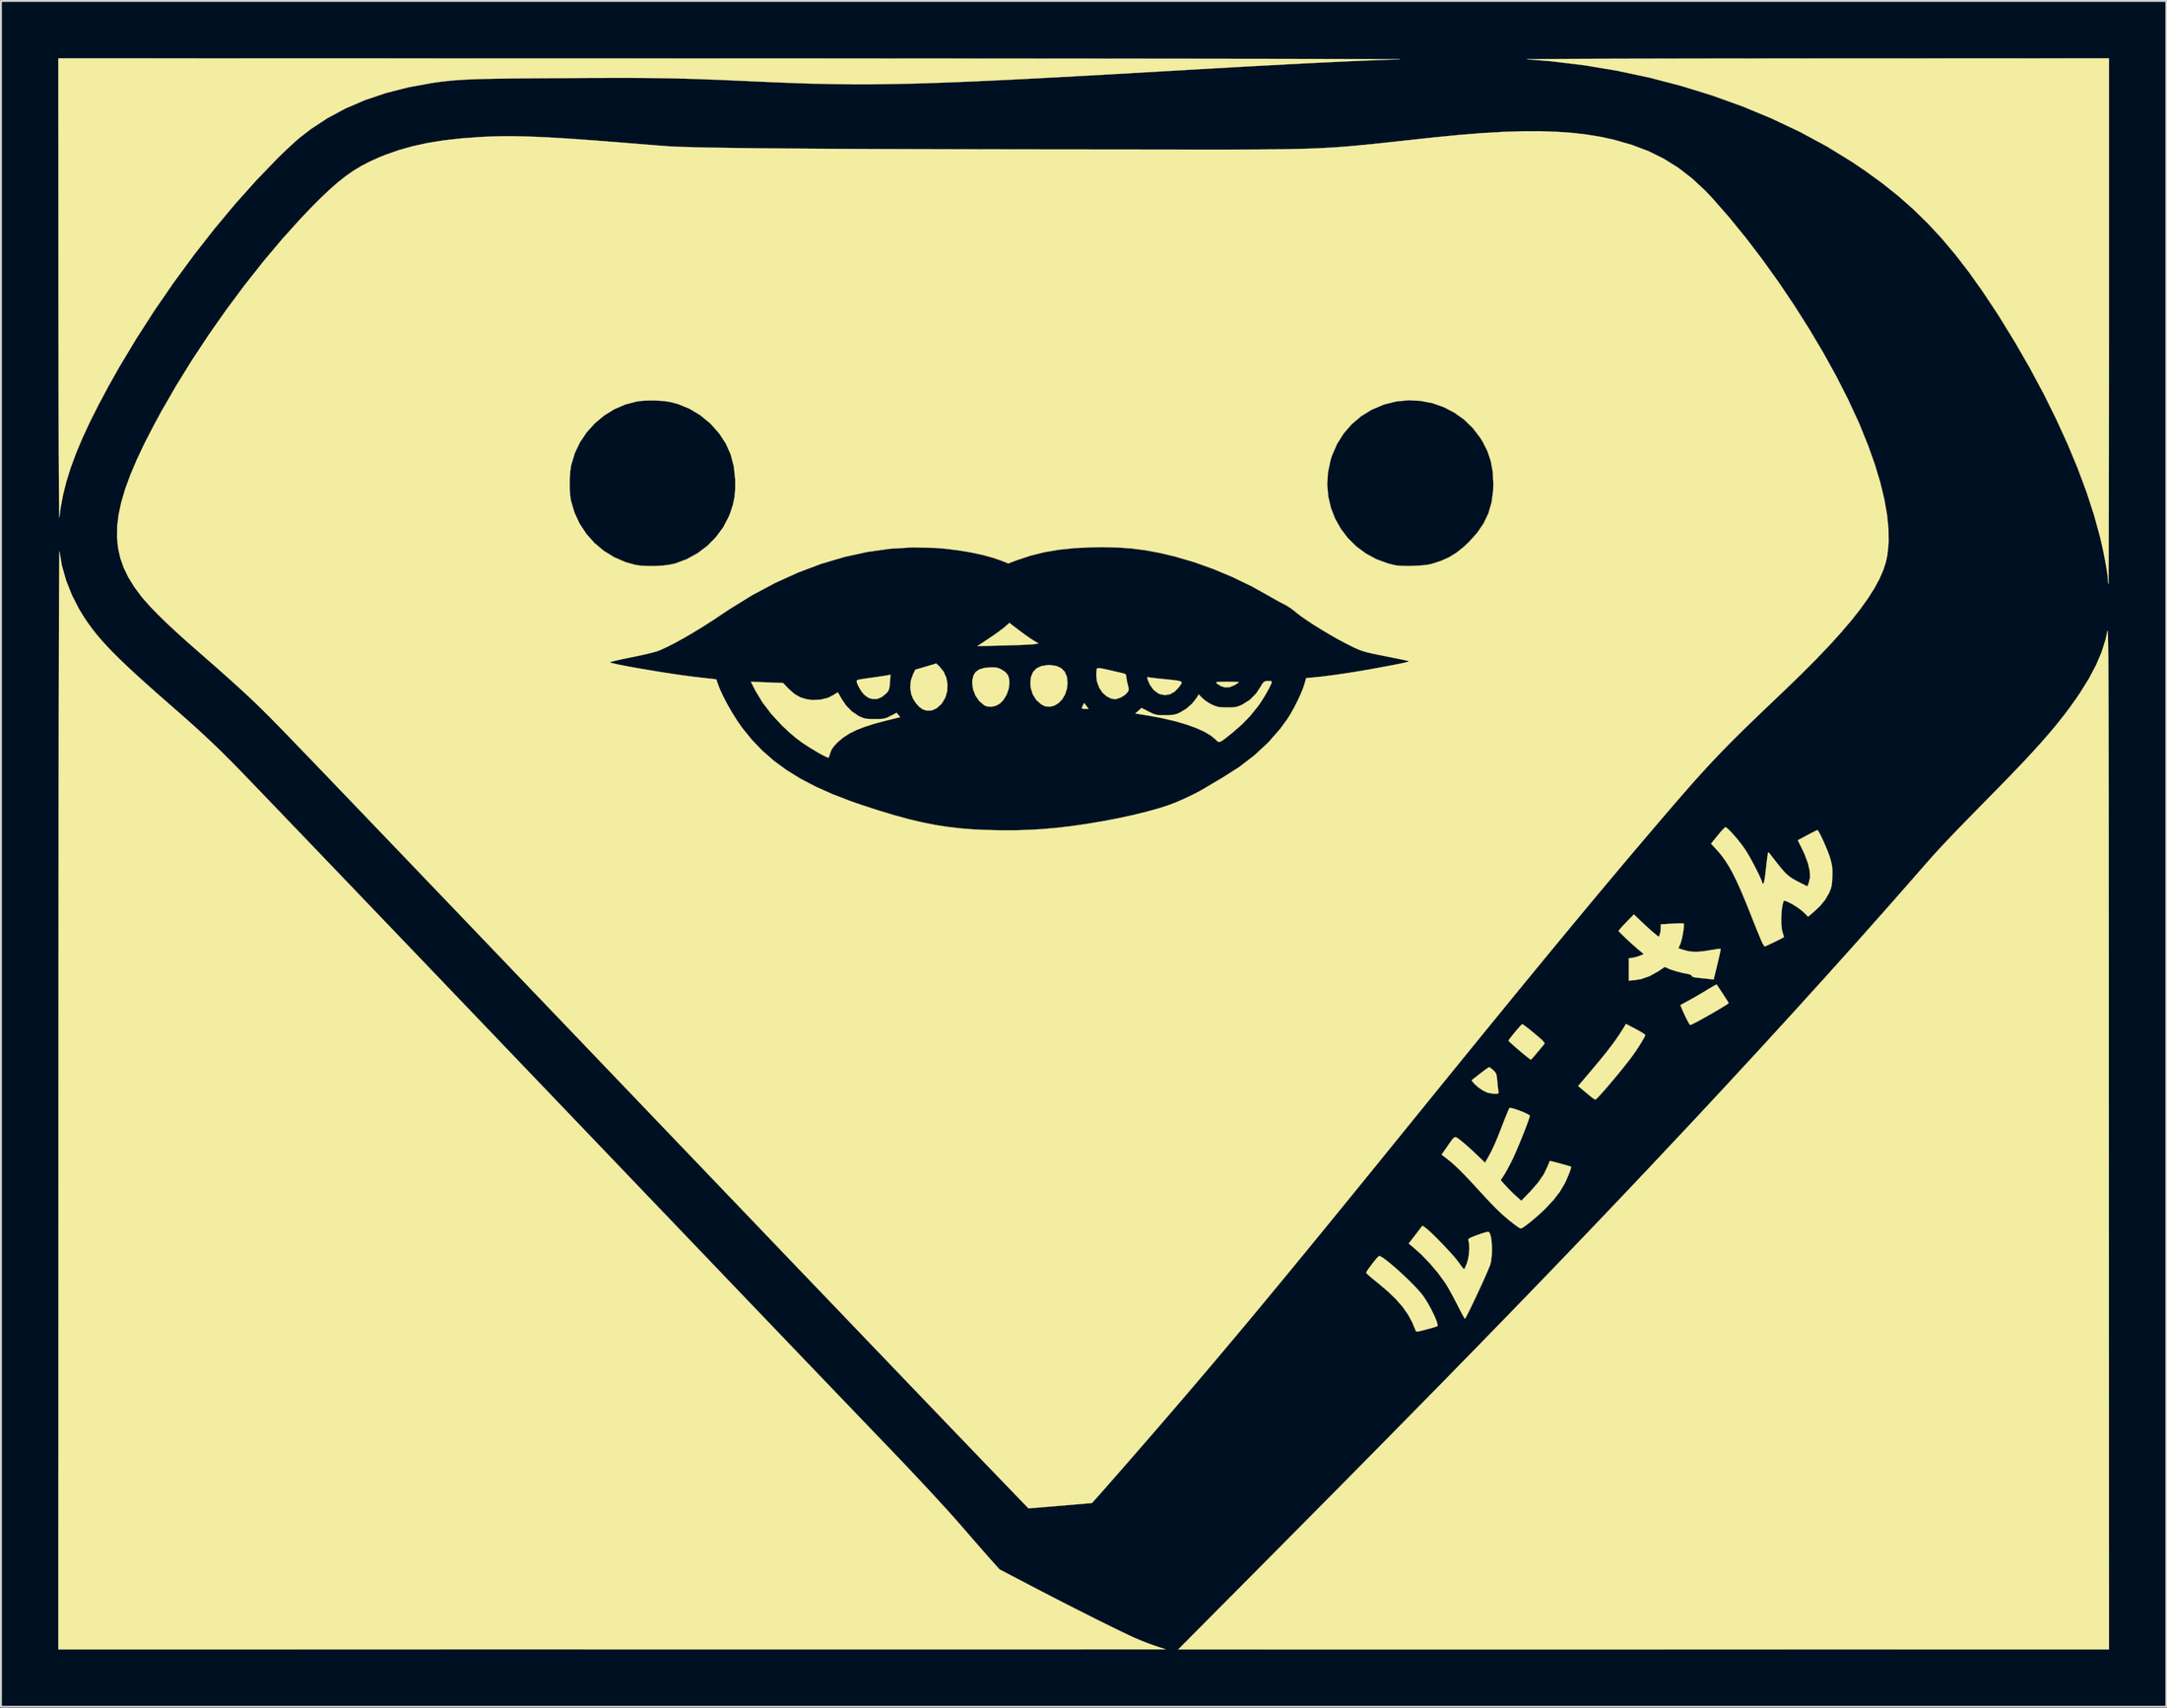
<source format=kicad_pcb>
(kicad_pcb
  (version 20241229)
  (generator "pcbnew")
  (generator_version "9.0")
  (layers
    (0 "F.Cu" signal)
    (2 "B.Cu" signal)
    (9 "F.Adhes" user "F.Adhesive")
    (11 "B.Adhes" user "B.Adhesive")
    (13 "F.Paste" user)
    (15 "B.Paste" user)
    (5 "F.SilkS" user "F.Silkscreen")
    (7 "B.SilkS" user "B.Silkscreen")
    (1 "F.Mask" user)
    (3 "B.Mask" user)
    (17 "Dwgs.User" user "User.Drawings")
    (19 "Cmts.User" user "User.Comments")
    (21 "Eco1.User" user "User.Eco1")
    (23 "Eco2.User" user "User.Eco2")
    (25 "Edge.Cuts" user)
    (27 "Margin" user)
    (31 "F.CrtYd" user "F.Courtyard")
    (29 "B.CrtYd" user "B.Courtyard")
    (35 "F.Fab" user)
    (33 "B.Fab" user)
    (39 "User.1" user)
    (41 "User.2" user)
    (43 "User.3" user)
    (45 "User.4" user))
  (footprint "testing"
    (layer "F.Cu")
    (at 53.701 41.661)
    (property "Reference" "testing" (at 0 0 0) (layer "F.SilkS") (effects (font (size 1.524 1.524) (thickness 0.3))))
    (attr through_hole)
    (fp_poly (pts (xy 0.144 -7.723) (xy 0.257 -7.569) (xy 0.078 -7.569) (xy -0.04 -7.579) (xy -0.098 -7.602) (xy -0.1 -7.607) (xy -0.076 -7.677) (xy -0.034 -7.761) (xy 0.03 -7.876) (xy 0.144 -7.723)) (stroke (width 0.01) (type solid)) (fill yes) (layer "F.SilkS"))
    (fp_poly (pts (xy 7.745 -8.99) (xy 7.941 -8.985) (xy 8.075 -8.978) (xy 8.128 -8.969) (xy 8.128 -8.968) (xy 8.088 -8.932) (xy 7.986 -8.864) (xy 7.908 -8.816) (xy 7.642 -8.708) (xy 7.386 -8.7) (xy 7.188 -8.766) (xy 7.058 -8.844) (xy 6.961 -8.918) (xy 6.941 -8.949) (xy 6.964 -8.97) (xy 7.043 -8.983) (xy 7.193 -8.989) (xy 7.426 -8.992) (xy 7.508 -8.992) (xy 7.745 -8.99)) (stroke (width 0.01) (type solid)) (fill yes) (layer "F.SilkS"))
    (fp_poly (pts (xy -3.377 -11.683) (xy -3.154 -11.517) (xy -2.934 -11.359) (xy -2.742 -11.228) (xy -2.613 -11.146) (xy -2.362 -10.998) (xy -2.591 -10.961) (xy -2.703 -10.95) (xy -2.9 -10.938) (xy -3.166 -10.925) (xy -3.486 -10.912) (xy -3.842 -10.901) (xy -4.191 -10.891) (xy -5.563 -10.859) (xy -4.953 -11.265) (xy -4.711 -11.43) (xy -4.479 -11.595) (xy -4.28 -11.742) (xy -4.138 -11.855) (xy -4.117 -11.873) (xy -3.891 -12.074) (xy -3.377 -11.683)) (stroke (width 0.01) (type solid)) (fill yes) (layer "F.SilkS"))
    (fp_poly (pts (xy -7.543 -9.781) (xy -7.329 -9.513) (xy -7.191 -9.198) (xy -7.13 -8.854) (xy -7.146 -8.505) (xy -7.241 -8.17) (xy -7.415 -7.871) (xy -7.45 -7.828) (xy -7.685 -7.611) (xy -7.933 -7.494) (xy -8.191 -7.477) (xy -8.411 -7.539) (xy -8.592 -7.661) (xy -8.771 -7.852) (xy -8.923 -8.083) (xy -9.025 -8.324) (xy -9.025 -8.326) (xy -9.081 -8.693) (xy -9.046 -9.064) (xy -8.931 -9.388) (xy -8.814 -9.624) (xy -7.719 -9.947) (xy -7.543 -9.781)) (stroke (width 0.01) (type solid)) (fill yes) (layer "F.SilkS"))
    (fp_poly (pts (xy -1.439 -9.822) (xy -1.18 -9.706) (xy -0.994 -9.518) (xy -0.88 -9.261) (xy -0.843 -8.939) (xy -0.878 -8.612) (xy -0.976 -8.32) (xy -1.126 -8.07) (xy -1.315 -7.875) (xy -1.533 -7.742) (xy -1.767 -7.682) (xy -2.007 -7.704) (xy -2.212 -7.799) (xy -2.472 -8.029) (xy -2.66 -8.322) (xy -2.768 -8.665) (xy -2.792 -8.925) (xy -2.757 -9.25) (xy -2.647 -9.507) (xy -2.463 -9.696) (xy -2.205 -9.815) (xy -1.873 -9.864) (xy -1.767 -9.865) (xy -1.439 -9.822)) (stroke (width 0.01) (type solid)) (fill yes) (layer "F.SilkS"))
    (fp_poly (pts (xy 3.392 -9.227) (xy 3.477 -9.212) (xy 3.638 -9.191) (xy 3.85 -9.166) (xy 4.039 -9.147) (xy 4.416 -9.109) (xy 4.703 -9.08) (xy 4.908 -9.052) (xy 5.042 -9.023) (xy 5.113 -8.988) (xy 5.132 -8.941) (xy 5.108 -8.878) (xy 5.052 -8.794) (xy 4.979 -8.696) (xy 4.767 -8.474) (xy 4.524 -8.338) (xy 4.263 -8.292) (xy 3.999 -8.34) (xy 3.902 -8.384) (xy 3.669 -8.561) (xy 3.481 -8.815) (xy 3.38 -9.036) (xy 3.337 -9.167) (xy 3.331 -9.226) (xy 3.365 -9.234) (xy 3.392 -9.227)) (stroke (width 0.01) (type solid)) (fill yes) (layer "F.SilkS"))
    (fp_poly (pts (xy -4.551 -9.73) (xy -4.416 -9.688) (xy -4.321 -9.642) (xy -4.099 -9.499) (xy -3.964 -9.334) (xy -3.898 -9.121) (xy -3.886 -8.924) (xy -3.928 -8.608) (xy -4.042 -8.296) (xy -4.214 -8.023) (xy -4.38 -7.856) (xy -4.6 -7.732) (xy -4.842 -7.68) (xy -5.073 -7.702) (xy -5.207 -7.761) (xy -5.466 -7.981) (xy -5.665 -8.267) (xy -5.791 -8.595) (xy -5.835 -8.94) (xy -5.829 -9.054) (xy -5.773 -9.312) (xy -5.655 -9.504) (xy -5.466 -9.636) (xy -5.2 -9.714) (xy -4.928 -9.742) (xy -4.708 -9.746) (xy -4.551 -9.73)) (stroke (width 0.01) (type solid)) (fill yes) (layer "F.SilkS"))
    (fp_poly (pts (xy 21.294 11.233) (xy 21.395 11.313) (xy 21.451 11.361) (xy 21.538 11.447) (xy 21.593 11.529) (xy 21.627 11.637) (xy 21.649 11.798) (xy 21.663 11.946) (xy 21.683 12.157) (xy 21.704 12.342) (xy 21.722 12.466) (xy 21.726 12.484) (xy 21.734 12.555) (xy 21.696 12.588) (xy 21.59 12.596) (xy 21.532 12.596) (xy 21.34 12.578) (xy 21.153 12.537) (xy 21.124 12.527) (xy 20.908 12.422) (xy 20.679 12.268) (xy 20.484 12.096) (xy 20.42 12.024) (xy 20.316 11.891) (xy 20.756 11.546) (xy 20.937 11.407) (xy 21.09 11.295) (xy 21.196 11.222) (xy 21.236 11.201) (xy 21.294 11.233)) (stroke (width 0.01) (type solid)) (fill yes) (layer "F.SilkS"))
    (fp_poly (pts (xy -10.144 -8.959) (xy -10.163 -8.749) (xy -10.19 -8.609) (xy -10.236 -8.507) (xy -10.311 -8.412) (xy -10.331 -8.39) (xy -10.572 -8.189) (xy -10.821 -8.089) (xy -11.079 -8.09) (xy -11.227 -8.134) (xy -11.35 -8.204) (xy -11.483 -8.307) (xy -11.498 -8.321) (xy -11.604 -8.445) (xy -11.713 -8.611) (xy -11.809 -8.786) (xy -11.872 -8.937) (xy -11.887 -9.013) (xy -11.884 -9.043) (xy -11.867 -9.066) (xy -11.822 -9.087) (xy -11.735 -9.109) (xy -11.592 -9.134) (xy -11.38 -9.165) (xy -11.085 -9.207) (xy -10.976 -9.222) (xy -10.73 -9.257) (xy -10.509 -9.29) (xy -10.339 -9.316) (xy -10.256 -9.331) (xy -10.116 -9.359) (xy -10.144 -8.959)) (stroke (width 0.01) (type solid)) (fill yes) (layer "F.SilkS"))
    (fp_poly (pts (xy 0.855 -9.7) (xy 1.036 -9.67) (xy 1.3 -9.612) (xy 1.372 -9.595) (xy 1.623 -9.536) (xy 1.846 -9.484) (xy 2.018 -9.444) (xy 2.117 -9.421) (xy 2.121 -9.421) (xy 2.21 -9.37) (xy 2.236 -9.257) (xy 2.249 -9.13) (xy 2.283 -8.953) (xy 2.311 -8.839) (xy 2.352 -8.676) (xy 2.36 -8.573) (xy 2.336 -8.497) (xy 2.293 -8.433) (xy 2.139 -8.283) (xy 1.933 -8.161) (xy 1.719 -8.088) (xy 1.623 -8.078) (xy 1.431 -8.116) (xy 1.214 -8.222) (xy 1.21 -8.224) (xy 0.985 -8.423) (xy 0.81 -8.691) (xy 0.698 -9.003) (xy 0.661 -9.317) (xy 0.667 -9.492) (xy 0.683 -9.628) (xy 0.7 -9.686) (xy 0.746 -9.705) (xy 0.855 -9.7)) (stroke (width 0.01) (type solid)) (fill yes) (layer "F.SilkS"))
    (fp_poly (pts (xy 23.017 8.975) (xy 23.132 9.056) (xy 23.294 9.18) (xy 23.49 9.338) (xy 23.596 9.427) (xy 23.823 9.618) (xy 23.98 9.757) (xy 24.077 9.854) (xy 24.125 9.921) (xy 24.134 9.967) (xy 24.115 10.002) (xy 24.053 10.077) (xy 23.944 10.207) (xy 23.81 10.369) (xy 23.751 10.439) (xy 23.617 10.598) (xy 23.508 10.723) (xy 23.439 10.796) (xy 23.424 10.808) (xy 23.377 10.781) (xy 23.267 10.699) (xy 23.108 10.573) (xy 22.916 10.415) (xy 22.822 10.335) (xy 22.621 10.162) (xy 22.451 10.011) (xy 22.325 9.895) (xy 22.258 9.825) (xy 22.25 9.813) (xy 22.281 9.759) (xy 22.362 9.65) (xy 22.477 9.505) (xy 22.609 9.344) (xy 22.741 9.188) (xy 22.856 9.057) (xy 22.938 8.972) (xy 22.965 8.95) (xy 23.017 8.975)) (stroke (width 0.01) (type solid)) (fill yes) (layer "F.SilkS"))
    (fp_poly (pts (xy 28.908 9.201) (xy 29.11 9.312) (xy 29.274 9.41) (xy 29.38 9.485) (xy 29.413 9.522) (xy 29.386 9.593) (xy 29.313 9.729) (xy 29.206 9.91) (xy 29.076 10.117) (xy 28.935 10.332) (xy 28.795 10.535) (xy 28.736 10.616) (xy 28.57 10.837) (xy 28.373 11.088) (xy 28.156 11.36) (xy 27.927 11.64) (xy 27.695 11.917) (xy 27.472 12.181) (xy 27.265 12.42) (xy 27.084 12.623) (xy 26.94 12.778) (xy 26.841 12.875) (xy 26.8 12.902) (xy 26.737 12.871) (xy 26.621 12.79) (xy 26.478 12.676) (xy 26.467 12.667) (xy 26.302 12.529) (xy 26.147 12.399) (xy 26.043 12.312) (xy 25.898 12.19) (xy 26.398 11.601) (xy 26.787 11.14) (xy 27.117 10.742) (xy 27.397 10.394) (xy 27.636 10.084) (xy 27.844 9.8) (xy 28.03 9.53) (xy 28.204 9.262) (xy 28.317 9.078) (xy 28.402 8.937) (xy 28.908 9.201)) (stroke (width 0.01) (type solid)) (fill yes) (layer "F.SilkS"))
    (fp_poly (pts (xy 33.147 6.87) (xy 33.197 6.941) (xy 33.283 7.068) (xy 33.39 7.23) (xy 33.506 7.407) (xy 33.616 7.577) (xy 33.708 7.719) (xy 33.767 7.814) (xy 33.782 7.84) (xy 33.74 7.879) (xy 33.624 7.958) (xy 33.449 8.067) (xy 33.23 8.198) (xy 32.984 8.342) (xy 32.725 8.491) (xy 32.469 8.635) (xy 32.231 8.765) (xy 32.027 8.874) (xy 31.871 8.951) (xy 31.78 8.989) (xy 31.767 8.992) (xy 31.727 8.948) (xy 31.657 8.83) (xy 31.566 8.657) (xy 31.479 8.475) (xy 31.385 8.269) (xy 31.312 8.1) (xy 31.266 7.987) (xy 31.254 7.95) (xy 31.302 7.923) (xy 31.418 7.86) (xy 31.582 7.77) (xy 31.674 7.72) (xy 31.892 7.599) (xy 32.157 7.446) (xy 32.431 7.285) (xy 32.608 7.178) (xy 32.812 7.056) (xy 32.981 6.957) (xy 33.098 6.892) (xy 33.147 6.869) (xy 33.147 6.87)) (stroke (width 0.01) (type solid)) (fill yes) (layer "F.SilkS"))
    (fp_poly (pts (xy 15.551 21.118) (xy 15.687 21.201) (xy 15.872 21.337) (xy 16.093 21.517) (xy 16.339 21.728) (xy 16.6 21.962) (xy 16.863 22.208) (xy 17.119 22.456) (xy 17.354 22.696) (xy 17.559 22.917) (xy 17.722 23.11) (xy 17.771 23.174) (xy 17.912 23.383) (xy 18.056 23.623) (xy 18.195 23.877) (xy 18.32 24.128) (xy 18.424 24.359) (xy 18.499 24.555) (xy 18.537 24.697) (xy 18.53 24.769) (xy 18.473 24.792) (xy 18.339 24.835) (xy 18.148 24.89) (xy 17.961 24.942) (xy 17.723 25.005) (xy 17.565 25.042) (xy 17.469 25.054) (xy 17.417 25.044) (xy 17.392 25.013) (xy 17.388 25.003) (xy 17.206 24.564) (xy 16.981 24.153) (xy 16.702 23.757) (xy 16.359 23.364) (xy 15.943 22.961) (xy 15.443 22.537) (xy 15.342 22.456) (xy 15.144 22.296) (xy 14.978 22.155) (xy 14.858 22.046) (xy 14.8 21.983) (xy 14.797 21.977) (xy 14.822 21.916) (xy 14.897 21.799) (xy 15.006 21.647) (xy 15.131 21.481) (xy 15.258 21.322) (xy 15.37 21.192) (xy 15.45 21.112) (xy 15.473 21.097) (xy 15.551 21.118)) (stroke (width 0.01) (type solid)) (fill yes) (layer "F.SilkS"))
    (fp_poly (pts (xy -16.583 -8.958) (xy -15.74 -8.925) (xy -15.457 -8.628) (xy -15.149 -8.354) (xy -14.828 -8.17) (xy -14.472 -8.066) (xy -14.22 -8.037) (xy -13.785 -8.052) (xy -13.396 -8.147) (xy -13.087 -8.305) (xy -12.97 -8.382) (xy -12.892 -8.427) (xy -12.879 -8.433) (xy -12.847 -8.392) (xy -12.781 -8.283) (xy -12.697 -8.13) (xy -12.691 -8.118) (xy -12.449 -7.755) (xy -12.148 -7.445) (xy -11.808 -7.21) (xy -11.75 -7.18) (xy -11.601 -7.112) (xy -11.47 -7.07) (xy -11.323 -7.047) (xy -11.131 -7.037) (xy -10.943 -7.036) (xy -10.701 -7.038) (xy -10.529 -7.05) (xy -10.395 -7.076) (xy -10.266 -7.124) (xy -10.112 -7.2) (xy -9.794 -7.364) (xy -9.702 -7.251) (xy -9.61 -7.137) (xy -10.355 -6.953) (xy -10.954 -6.793) (xy -11.463 -6.632) (xy -11.895 -6.463) (xy -12.26 -6.282) (xy -12.571 -6.083) (xy -12.84 -5.861) (xy -12.886 -5.818) (xy -13.073 -5.62) (xy -13.192 -5.454) (xy -13.26 -5.294) (xy -13.263 -5.283) (xy -13.307 -5.139) (xy -13.346 -5.038) (xy -13.358 -5.017) (xy -13.412 -5.026) (xy -13.534 -5.079) (xy -13.706 -5.166) (xy -13.896 -5.272) (xy -14.348 -5.543) (xy -14.733 -5.796) (xy -15.076 -6.051) (xy -15.404 -6.329) (xy -15.744 -6.649) (xy -15.827 -6.73) (xy -16.365 -7.314) (xy -16.814 -7.903) (xy -17.182 -8.512) (xy -17.251 -8.645) (xy -17.425 -8.991) (xy -16.583 -8.958)) (stroke (width 0.01) (type solid)) (fill yes) (layer "F.SilkS"))
    (fp_poly (pts (xy 9.79 -9.031) (xy 9.854 -8.998) (xy 9.855 -8.99) (xy 9.829 -8.899) (xy 9.758 -8.743) (xy 9.653 -8.543) (xy 9.525 -8.318) (xy 9.387 -8.089) (xy 9.249 -7.875) (xy 9.142 -7.723) (xy 8.745 -7.228) (xy 8.324 -6.786) (xy 7.843 -6.362) (xy 7.766 -6.299) (xy 7.523 -6.104) (xy 7.345 -5.966) (xy 7.219 -5.88) (xy 7.13 -5.84) (xy 7.064 -5.839) (xy 7.007 -5.872) (xy 6.944 -5.933) (xy 6.929 -5.95) (xy 6.671 -6.165) (xy 6.319 -6.374) (xy 5.88 -6.572) (xy 5.362 -6.758) (xy 4.772 -6.929) (xy 4.118 -7.081) (xy 3.408 -7.214) (xy 3.397 -7.215) (xy 2.704 -7.329) (xy 2.869 -7.473) (xy 3.034 -7.618) (xy 3.403 -7.428) (xy 3.583 -7.34) (xy 3.723 -7.284) (xy 3.86 -7.254) (xy 4.028 -7.241) (xy 4.261 -7.239) (xy 4.509 -7.243) (xy 4.689 -7.259) (xy 4.835 -7.292) (xy 4.982 -7.348) (xy 5.035 -7.373) (xy 5.376 -7.577) (xy 5.679 -7.842) (xy 5.893 -8.113) (xy 6.029 -8.326) (xy 6.221 -8.13) (xy 6.375 -8) (xy 6.574 -7.869) (xy 6.725 -7.789) (xy 6.89 -7.719) (xy 7.036 -7.676) (xy 7.199 -7.654) (xy 7.414 -7.646) (xy 7.52 -7.645) (xy 7.758 -7.649) (xy 7.929 -7.662) (xy 8.07 -7.694) (xy 8.214 -7.751) (xy 8.332 -7.808) (xy 8.708 -8.046) (xy 9.024 -8.364) (xy 9.257 -8.712) (xy 9.351 -8.874) (xy 9.424 -8.967) (xy 9.499 -9.012) (xy 9.604 -9.03) (xy 9.641 -9.033) (xy 9.79 -9.031)) (stroke (width 0.01) (type solid)) (fill yes) (layer "F.SilkS"))
    (fp_poly (pts (xy 17.901 19.619) (xy 18.03 19.723) (xy 18.21 19.888) (xy 18.427 20.098) (xy 18.664 20.338) (xy 18.908 20.591) (xy 19.142 20.843) (xy 19.352 21.076) (xy 19.522 21.277) (xy 19.634 21.423) (xy 19.751 21.587) (xy 19.848 21.713) (xy 19.909 21.783) (xy 19.92 21.791) (xy 19.953 21.748) (xy 20.008 21.635) (xy 20.073 21.476) (xy 20.137 21.247) (xy 20.18 20.979) (xy 20.198 20.706) (xy 20.189 20.462) (xy 20.154 20.29) (xy 20.145 20.24) (xy 20.168 20.197) (xy 20.239 20.15) (xy 20.374 20.091) (xy 20.587 20.009) (xy 20.627 19.994) (xy 20.843 19.918) (xy 21.027 19.862) (xy 21.157 19.831) (xy 21.205 19.829) (xy 21.27 19.903) (xy 21.321 20.058) (xy 21.358 20.275) (xy 21.379 20.533) (xy 21.384 20.812) (xy 21.371 21.093) (xy 21.339 21.355) (xy 21.307 21.506) (xy 21.271 21.612) (xy 21.2 21.786) (xy 21.102 22.016) (xy 20.981 22.288) (xy 20.846 22.588) (xy 20.701 22.903) (xy 20.553 23.219) (xy 20.409 23.523) (xy 20.275 23.801) (xy 20.157 24.04) (xy 20.062 24.225) (xy 19.995 24.345) (xy 19.965 24.384) (xy 19.935 24.341) (xy 19.867 24.221) (xy 19.77 24.041) (xy 19.652 23.813) (xy 19.548 23.609) (xy 19.398 23.319) (xy 19.243 23.031) (xy 19.096 22.769) (xy 18.971 22.56) (xy 18.919 22.479) (xy 18.55 21.976) (xy 18.126 21.476) (xy 17.675 21.009) (xy 17.225 20.608) (xy 17.211 20.597) (xy 17.024 20.445) (xy 17.383 19.977) (xy 17.742 19.509) (xy 17.901 19.619)) (stroke (width 0.01) (type solid)) (fill yes) (layer "F.SilkS"))
    (fp_poly (pts (xy 29.256 3.619) (xy 29.453 3.804) (xy 29.647 3.98) (xy 29.813 4.127) (xy 29.91 4.208) (xy 30.124 4.377) (xy 30.175 4.243) (xy 30.21 4.098) (xy 30.226 3.928) (xy 30.226 3.914) (xy 30.226 3.721) (xy 30.813 3.684) (xy 31.047 3.672) (xy 31.242 3.666) (xy 31.376 3.667) (xy 31.428 3.675) (xy 31.44 3.743) (xy 31.431 3.883) (xy 31.406 4.071) (xy 31.37 4.28) (xy 31.327 4.483) (xy 31.281 4.656) (xy 31.247 4.751) (xy 31.149 4.973) (xy 31.386 5.05) (xy 31.643 5.121) (xy 31.891 5.156) (xy 32.158 5.158) (xy 32.473 5.127) (xy 32.738 5.085) (xy 32.973 5.047) (xy 33.169 5.017) (xy 33.305 5.001) (xy 33.362 4.999) (xy 33.363 4.999) (xy 33.357 5.052) (xy 33.331 5.187) (xy 33.288 5.386) (xy 33.231 5.633) (xy 33.188 5.814) (xy 32.995 6.61) (xy 32.766 6.583) (xy 32.59 6.563) (xy 32.367 6.54) (xy 32.194 6.523) (xy 31.988 6.495) (xy 31.877 6.458) (xy 31.852 6.423) (xy 31.806 6.37) (xy 31.689 6.328) (xy 31.661 6.323) (xy 31.346 6.26) (xy 31.035 6.18) (xy 30.766 6.093) (xy 30.652 6.048) (xy 30.432 5.951) (xy 30.104 6.171) (xy 29.645 6.43) (xy 29.189 6.589) (xy 28.867 6.642) (xy 28.55 6.669) (xy 28.55 5.5) (xy 28.74 5.474) (xy 28.916 5.436) (xy 29.104 5.375) (xy 29.134 5.363) (xy 29.337 5.278) (xy 29.109 5.09) (xy 28.945 4.95) (xy 28.758 4.786) (xy 28.565 4.61) (xy 28.381 4.437) (xy 28.219 4.282) (xy 28.096 4.158) (xy 28.026 4.08) (xy 28.016 4.062) (xy 28.05 4.011) (xy 28.14 3.905) (xy 28.274 3.759) (xy 28.416 3.611) (xy 28.815 3.2) (xy 29.256 3.619)) (stroke (width 0.01) (type solid)) (fill yes) (layer "F.SilkS"))
    (fp_poly (pts (xy 53.696 -27.889) (xy 53.696 -26.714) (xy 53.695 -25.565) (xy 53.695 -24.447) (xy 53.694 -23.364) (xy 53.693 -22.32) (xy 53.693 -21.319) (xy 53.691 -20.365) (xy 53.69 -19.464) (xy 53.689 -18.617) (xy 53.687 -17.831) (xy 53.686 -17.108) (xy 53.684 -16.454) (xy 53.683 -15.871) (xy 53.681 -15.365) (xy 53.679 -14.939) (xy 53.677 -14.598) (xy 53.675 -14.346) (xy 53.673 -14.186) (xy 53.67 -14.123) (xy 53.67 -14.122) (xy 53.653 -14.167) (xy 53.645 -14.275) (xy 53.645 -14.287) (xy 53.633 -14.462) (xy 53.601 -14.716) (xy 53.55 -15.031) (xy 53.486 -15.39) (xy 53.41 -15.773) (xy 53.327 -16.161) (xy 53.24 -16.537) (xy 53.234 -16.561) (xy 52.92 -17.709) (xy 52.53 -18.909) (xy 52.067 -20.154) (xy 51.535 -21.435) (xy 50.939 -22.742) (xy 50.282 -24.068) (xy 49.568 -25.403) (xy 48.801 -26.739) (xy 47.986 -28.067) (xy 47.8 -28.358) (xy 47.078 -29.445) (xy 46.368 -30.443) (xy 45.661 -31.361) (xy 44.947 -32.21) (xy 44.217 -32.999) (xy 43.461 -33.738) (xy 42.67 -34.436) (xy 41.834 -35.105) (xy 40.944 -35.753) (xy 40.234 -36.233) (xy 38.906 -37.049) (xy 37.5 -37.807) (xy 36.026 -38.505) (xy 34.49 -39.142) (xy 32.903 -39.713) (xy 31.271 -40.216) (xy 29.603 -40.65) (xy 27.908 -41.01) (xy 26.193 -41.295) (xy 24.468 -41.502) (xy 23.216 -41.602) (xy 23.214 -41.605) (xy 23.311 -41.608) (xy 23.502 -41.611) (xy 23.784 -41.614) (xy 24.152 -41.617) (xy 24.604 -41.62) (xy 25.135 -41.623) (xy 25.743 -41.626) (xy 26.422 -41.629) (xy 27.17 -41.631) (xy 27.982 -41.634) (xy 28.856 -41.636) (xy 29.787 -41.638) (xy 30.772 -41.64) (xy 31.807 -41.642) (xy 32.889 -41.644) (xy 34.013 -41.645) (xy 35.177 -41.646) (xy 36.376 -41.647) (xy 37.606 -41.648) (xy 38.138 -41.649) (xy 53.696 -41.656) (xy 53.696 -27.889)) (stroke (width 0.01) (type solid)) (fill yes) (layer "F.SilkS"))
    (fp_poly (pts (xy 53.627 -11.649) (xy 53.631 -11.611) (xy 53.636 -11.548) (xy 53.64 -11.457) (xy 53.644 -11.335) (xy 53.648 -11.18) (xy 53.652 -10.99) (xy 53.655 -10.762) (xy 53.658 -10.494) (xy 53.661 -10.184) (xy 53.664 -9.828) (xy 53.666 -9.425) (xy 53.669 -8.972) (xy 53.671 -8.467) (xy 53.673 -7.907) (xy 53.675 -7.29) (xy 53.677 -6.613) (xy 53.678 -5.874) (xy 53.68 -5.07) (xy 53.681 -4.2) (xy 53.683 -3.26) (xy 53.684 -2.248) (xy 53.685 -1.163) (xy 53.686 -0.00003) (xy 53.686 1.242) (xy 53.687 2.565) (xy 53.688 3.972) (xy 53.689 5.465) (xy 53.689 7.048) (xy 53.69 8.721) (xy 53.69 10.488) (xy 53.69 12.352) (xy 53.691 14.314) (xy 53.691 14.821) (xy 53.696 41.707) (xy 4.953 41.711) (xy 8.499 38.14) (xy 10.013 36.614) (xy 11.459 35.155) (xy 12.841 33.76) (xy 14.162 32.423) (xy 15.426 31.142) (xy 16.637 29.911) (xy 17.8 28.728) (xy 18.918 27.588) (xy 19.995 26.486) (xy 21.034 25.42) (xy 22.041 24.385) (xy 23.018 23.376) (xy 23.971 22.39) (xy 24.901 21.424) (xy 25.815 20.471) (xy 26.715 19.53) (xy 27.606 18.595) (xy 28.491 17.663) (xy 29.374 16.73) (xy 29.87 16.204) (xy 31.752 14.201) (xy 33.598 12.219) (xy 35.402 10.264) (xy 37.16 8.343) (xy 38.865 6.461) (xy 40.511 4.627) (xy 42.093 2.845) (xy 43.604 1.123) (xy 43.764 0.94) (xy 43.997 0.673) (xy 44.213 0.427) (xy 44.421 0.193) (xy 44.626 -0.035) (xy 44.837 -0.264) (xy 45.059 -0.503) (xy 45.3 -0.758) (xy 45.567 -1.038) (xy 45.867 -1.349) (xy 46.207 -1.699) (xy 46.594 -2.095) (xy 47.035 -2.545) (xy 47.537 -3.057) (xy 47.803 -3.327) (xy 48.48 -4.021) (xy 49.088 -4.655) (xy 49.633 -5.238) (xy 50.123 -5.778) (xy 50.564 -6.283) (xy 50.963 -6.76) (xy 51.327 -7.219) (xy 51.664 -7.666) (xy 51.98 -8.11) (xy 52.174 -8.397) (xy 52.643 -9.149) (xy 53.021 -9.864) (xy 53.313 -10.548) (xy 53.519 -11.208) (xy 53.611 -11.633) (xy 53.616 -11.658) (xy 53.622 -11.664) (xy 53.627 -11.649)) (stroke (width 0.01) (type solid)) (fill yes) (layer "F.SilkS"))
    (fp_poly (pts (xy 22.498 13.368) (xy 22.674 13.425) (xy 22.869 13.496) (xy 23.06 13.574) (xy 23.222 13.649) (xy 23.333 13.712) (xy 23.368 13.75) (xy 23.349 13.83) (xy 23.297 13.987) (xy 23.217 14.205) (xy 23.118 14.466) (xy 23.004 14.756) (xy 22.883 15.056) (xy 22.761 15.351) (xy 22.644 15.624) (xy 22.54 15.86) (xy 22.484 15.98) (xy 22.358 16.234) (xy 22.227 16.486) (xy 22.106 16.704) (xy 22.028 16.834) (xy 21.841 17.126) (xy 22.109 17.422) (xy 22.287 17.61) (xy 22.487 17.809) (xy 22.649 17.96) (xy 22.92 18.204) (xy 23.385 17.724) (xy 23.791 17.262) (xy 24.099 16.813) (xy 24.31 16.376) (xy 24.317 16.358) (xy 24.369 16.221) (xy 24.404 16.132) (xy 24.412 16.115) (xy 24.46 16.122) (xy 24.582 16.152) (xy 24.754 16.196) (xy 24.953 16.25) (xy 25.153 16.305) (xy 25.332 16.356) (xy 25.465 16.397) (xy 25.529 16.42) (xy 25.531 16.421) (xy 25.525 16.477) (xy 25.486 16.603) (xy 25.423 16.774) (xy 25.344 16.967) (xy 25.259 17.16) (xy 25.187 17.309) (xy 24.937 17.729) (xy 24.613 18.152) (xy 24.206 18.59) (xy 24.097 18.697) (xy 23.874 18.905) (xy 23.643 19.108) (xy 23.419 19.295) (xy 23.217 19.454) (xy 23.049 19.575) (xy 22.932 19.645) (xy 22.891 19.657) (xy 22.826 19.627) (xy 22.706 19.548) (xy 22.554 19.438) (xy 22.526 19.416) (xy 22.279 19.221) (xy 22.05 19.028) (xy 21.824 18.824) (xy 21.588 18.595) (xy 21.328 18.33) (xy 21.03 18.013) (xy 20.68 17.632) (xy 20.673 17.625) (xy 20.296 17.214) (xy 19.971 16.871) (xy 19.689 16.586) (xy 19.437 16.347) (xy 19.206 16.144) (xy 18.983 15.966) (xy 18.936 15.93) (xy 18.746 15.787) (xy 19.033 15.374) (xy 19.192 15.145) (xy 19.305 14.989) (xy 19.389 14.899) (xy 19.461 14.869) (xy 19.536 14.889) (xy 19.629 14.953) (xy 19.744 15.041) (xy 19.896 15.166) (xy 20.095 15.338) (xy 20.315 15.537) (xy 20.53 15.738) (xy 21.023 16.21) (xy 21.202 15.89) (xy 21.316 15.68) (xy 21.423 15.465) (xy 21.532 15.226) (xy 21.651 14.946) (xy 21.787 14.607) (xy 21.948 14.191) (xy 21.955 14.173) (xy 22.059 13.907) (xy 22.153 13.674) (xy 22.23 13.49) (xy 22.283 13.373) (xy 22.303 13.339) (xy 22.367 13.337) (xy 22.498 13.368)) (stroke (width 0.01) (type solid)) (fill yes) (layer "F.SilkS"))
    (fp_poly (pts (xy 33.682 -1.333) (xy 33.799 -1.228) (xy 33.95 -1.072) (xy 34.122 -0.879) (xy 34.3 -0.665) (xy 34.471 -0.445) (xy 34.623 -0.234) (xy 34.656 -0.184) (xy 34.789 0.03) (xy 34.939 0.293) (xy 35.094 0.58) (xy 35.243 0.869) (xy 35.374 1.138) (xy 35.476 1.363) (xy 35.533 1.516) (xy 35.566 1.592) (xy 35.597 1.595) (xy 35.629 1.519) (xy 35.662 1.358) (xy 35.698 1.107) (xy 35.738 0.762) (xy 35.769 0.491) (xy 35.799 0.256) (xy 35.823 0.077) (xy 35.841 -0.028) (xy 35.848 -0.049) (xy 35.89 -0.038) (xy 35.906 -0.019) (xy 35.949 0.039) (xy 36.042 0.16) (xy 36.173 0.328) (xy 36.328 0.526) (xy 36.363 0.571) (xy 36.573 0.83) (xy 36.749 1.026) (xy 36.919 1.18) (xy 37.106 1.312) (xy 37.336 1.443) (xy 37.535 1.546) (xy 37.901 1.73) (xy 37.975 1.553) (xy 38.041 1.269) (xy 38.027 0.924) (xy 37.934 0.521) (xy 37.763 0.06) (xy 37.597 -0.294) (xy 37.4 -0.687) (xy 37.898 -0.953) (xy 38.1 -1.06) (xy 38.269 -1.146) (xy 38.384 -1.203) (xy 38.425 -1.219) (xy 38.468 -1.175) (xy 38.539 -1.055) (xy 38.63 -0.877) (xy 38.733 -0.659) (xy 38.838 -0.422) (xy 38.938 -0.182) (xy 39.024 0.04) (xy 39.088 0.228) (xy 39.097 0.258) (xy 39.162 0.501) (xy 39.199 0.704) (xy 39.214 0.91) (xy 39.212 1.163) (xy 39.209 1.235) (xy 39.196 1.492) (xy 39.173 1.682) (xy 39.134 1.841) (xy 39.071 2.002) (xy 39.03 2.092) (xy 38.833 2.433) (xy 38.562 2.762) (xy 38.206 3.095) (xy 38.189 3.109) (xy 37.941 3.317) (xy 37.703 3.084) (xy 37.558 2.959) (xy 37.38 2.83) (xy 37.188 2.707) (xy 37.001 2.602) (xy 36.838 2.524) (xy 36.717 2.484) (xy 36.657 2.493) (xy 36.655 2.498) (xy 36.592 2.748) (xy 36.551 3.054) (xy 36.533 3.382) (xy 36.537 3.7) (xy 36.566 3.977) (xy 36.605 4.143) (xy 36.648 4.282) (xy 36.669 4.374) (xy 36.669 4.393) (xy 36.61 4.428) (xy 36.485 4.493) (xy 36.317 4.577) (xy 36.131 4.668) (xy 35.949 4.754) (xy 35.796 4.825) (xy 35.695 4.869) (xy 35.67 4.877) (xy 35.627 4.834) (xy 35.561 4.723) (xy 35.494 4.585) (xy 35.44 4.457) (xy 35.355 4.251) (xy 35.246 3.984) (xy 35.121 3.672) (xy 34.985 3.331) (xy 34.874 3.051) (xy 34.62 2.421) (xy 34.39 1.878) (xy 34.177 1.411) (xy 33.977 1.01) (xy 33.784 0.664) (xy 33.592 0.363) (xy 33.396 0.095) (xy 33.189 -0.149) (xy 33.151 -0.19) (xy 32.858 -0.507) (xy 33.206 -0.938) (xy 33.352 -1.114) (xy 33.479 -1.255) (xy 33.572 -1.346) (xy 33.611 -1.371) (xy 33.682 -1.333)) (stroke (width 0.01) (type solid)) (fill yes) (layer "F.SilkS"))
    (fp_poly (pts (xy -53.507 -15.065) (xy -53.287 -14.293) (xy -52.983 -13.527) (xy -52.603 -12.785) (xy -52.337 -12.353) (xy -52.137 -12.059) (xy -51.927 -11.771) (xy -51.7 -11.482) (xy -51.45 -11.186) (xy -51.172 -10.877) (xy -50.859 -10.55) (xy -50.506 -10.197) (xy -50.106 -9.814) (xy -49.654 -9.394) (xy -49.143 -8.931) (xy -48.568 -8.418) (xy -47.922 -7.851) (xy -47.6 -7.57) (xy -46.927 -6.978) (xy -46.317 -6.428) (xy -45.749 -5.9) (xy -45.203 -5.375) (xy -44.66 -4.835) (xy -44.099 -4.261) (xy -44.086 -4.247) (xy -43.748 -3.897) (xy -43.374 -3.507) (xy -42.96 -3.077) (xy -42.507 -2.604) (xy -42.011 -2.088) (xy -41.473 -1.527) (xy -40.889 -0.918) (xy -40.258 -0.26) (xy -39.579 0.449) (xy -38.85 1.21) (xy -38.069 2.025) (xy -37.236 2.896) (xy -36.347 3.824) (xy -35.401 4.812) (xy -34.398 5.86) (xy -33.335 6.971) (xy -32.21 8.147) (xy -31.023 9.388) (xy -29.77 10.697) (xy -28.452 12.075) (xy -27.065 13.525) (xy -26.518 14.097) (xy -25.431 15.234) (xy -24.411 16.3) (xy -23.454 17.301) (xy -22.557 18.239) (xy -21.716 19.117) (xy -20.929 19.94) (xy -20.191 20.711) (xy -19.5 21.434) (xy -18.852 22.112) (xy -18.243 22.748) (xy -17.67 23.347) (xy -17.13 23.911) (xy -16.619 24.445) (xy -16.133 24.952) (xy -15.671 25.435) (xy -15.227 25.899) (xy -14.799 26.346) (xy -14.382 26.78) (xy -13.975 27.206) (xy -13.573 27.625) (xy -13.173 28.043) (xy -12.771 28.462) (xy -12.364 28.886) (xy -11.949 29.319) (xy -11.523 29.764) (xy -11.081 30.224) (xy -10.62 30.704) (xy -10.137 31.207) (xy -10.031 31.318) (xy -9.586 31.784) (xy -9.13 32.265) (xy -8.675 32.75) (xy -8.229 33.227) (xy -7.804 33.686) (xy -7.409 34.116) (xy -7.054 34.506) (xy -6.749 34.845) (xy -6.506 35.123) (xy -6.501 35.128) (xy -6.206 35.469) (xy -5.909 35.811) (xy -5.622 36.14) (xy -5.359 36.442) (xy -5.131 36.702) (xy -4.95 36.906) (xy -4.883 36.982) (xy -4.406 37.516) (xy -2.774 38.37) (xy -2.21 38.664) (xy -1.63 38.964) (xy -1.045 39.265) (xy -0.464 39.561) (xy 0.103 39.847) (xy 0.645 40.12) (xy 1.151 40.372) (xy 1.613 40.6) (xy 2.02 40.798) (xy 2.361 40.961) (xy 2.627 41.085) (xy 2.718 41.125) (xy 3.005 41.245) (xy 3.323 41.37) (xy 3.627 41.482) (xy 3.785 41.536) (xy 4.293 41.703) (xy -53.696 41.707) (xy -53.689 12.738) (xy -53.688 10.831) (xy -53.688 8.971) (xy -53.687 7.162) (xy -53.686 5.404) (xy -53.685 3.701) (xy -53.684 2.054) (xy -53.682 0.466) (xy -53.681 -1.062) (xy -53.68 -2.527) (xy -53.678 -3.928) (xy -53.676 -5.262) (xy -53.674 -6.527) (xy -53.672 -7.721) (xy -53.67 -8.841) (xy -53.668 -9.887) (xy -53.666 -10.855) (xy -53.663 -11.744) (xy -53.661 -12.551) (xy -53.658 -13.275) (xy -53.656 -13.913) (xy -53.653 -14.463) (xy -53.651 -14.924) (xy -53.648 -15.292) (xy -53.645 -15.566) (xy -53.642 -15.744) (xy -53.639 -15.823) (xy -53.637 -15.824) (xy -53.507 -15.065)) (stroke (width 0.01) (type solid)) (fill yes) (layer "F.SilkS"))
    (fp_poly (pts (xy -17.945 -41.648) (xy -16.052 -41.648) (xy -14.187 -41.647) (xy -12.353 -41.646) (xy -10.553 -41.646) (xy -8.788 -41.645) (xy -7.061 -41.644) (xy -5.375 -41.643) (xy -3.732 -41.642) (xy -2.134 -41.64) (xy -0.584 -41.639) (xy 0.915 -41.638) (xy 2.362 -41.636) (xy 3.753 -41.635) (xy 5.086 -41.633) (xy 6.36 -41.632) (xy 7.571 -41.63) (xy 8.716 -41.628) (xy 9.795 -41.627) (xy 10.803 -41.625) (xy 11.739 -41.623) (xy 12.6 -41.621) (xy 13.384 -41.619) (xy 14.088 -41.617) (xy 14.71 -41.615) (xy 15.247 -41.613) (xy 15.697 -41.611) (xy 16.058 -41.609) (xy 16.327 -41.607) (xy 16.501 -41.605) (xy 16.579 -41.603) (xy 16.561 -41.601) (xy 16.011 -41.583) (xy 15.449 -41.563) (xy 14.869 -41.541) (xy 14.263 -41.516) (xy 13.626 -41.488) (xy 12.951 -41.456) (xy 12.233 -41.422) (xy 11.464 -41.383) (xy 10.638 -41.34) (xy 9.749 -41.292) (xy 8.791 -41.24) (xy 7.758 -41.182) (xy 6.642 -41.119) (xy 5.438 -41.05) (xy 4.139 -40.975) (xy 4.064 -40.97) (xy 2.552 -40.883) (xy 1.135 -40.802) (xy -0.191 -40.728) (xy -1.433 -40.66) (xy -2.594 -40.599) (xy -3.683 -40.543) (xy -4.702 -40.494) (xy -5.659 -40.45) (xy -6.558 -40.412) (xy -7.406 -40.38) (xy -8.207 -40.353) (xy -8.967 -40.331) (xy -9.691 -40.314) (xy -10.386 -40.303) (xy -11.056 -40.296) (xy -11.708 -40.294) (xy -12.345 -40.297) (xy -12.975 -40.303) (xy -13.603 -40.315) (xy -14.233 -40.33) (xy -14.872 -40.35) (xy -15.525 -40.373) (xy -16.198 -40.4) (xy -16.896 -40.431) (xy -16.967 -40.434) (xy -17.767 -40.47) (xy -18.493 -40.502) (xy -19.157 -40.53) (xy -19.772 -40.553) (xy -20.35 -40.574) (xy -20.903 -40.59) (xy -21.443 -40.604) (xy -21.982 -40.614) (xy -22.533 -40.622) (xy -23.108 -40.627) (xy -23.719 -40.63) (xy -24.377 -40.631) (xy -25.097 -40.629) (xy -25.888 -40.627) (xy -26.765 -40.622) (xy -27.127 -40.62) (xy -28.014 -40.615) (xy -28.806 -40.61) (xy -29.512 -40.604) (xy -30.138 -40.597) (xy -30.693 -40.589) (xy -31.183 -40.58) (xy -31.617 -40.569) (xy -32.001 -40.556) (xy -32.342 -40.542) (xy -32.65 -40.524) (xy -32.93 -40.504) (xy -33.191 -40.481) (xy -33.439 -40.455) (xy -33.683 -40.425) (xy -33.929 -40.391) (xy -34.138 -40.361) (xy -35.375 -40.135) (xy -36.539 -39.837) (xy -37.633 -39.469) (xy -38.657 -39.029) (xy -39.611 -38.516) (xy -40.497 -37.931) (xy -41.072 -37.483) (xy -41.264 -37.317) (xy -41.503 -37.099) (xy -41.768 -36.852) (xy -42.035 -36.595) (xy -42.215 -36.419) (xy -43.323 -35.27) (xy -44.43 -34.032) (xy -45.526 -32.719) (xy -46.602 -31.343) (xy -47.648 -29.918) (xy -48.654 -28.456) (xy -49.611 -26.969) (xy -50.51 -25.472) (xy -51.071 -24.476) (xy -51.592 -23.5) (xy -52.047 -22.593) (xy -52.44 -21.745) (xy -52.774 -20.949) (xy -53.051 -20.197) (xy -53.274 -19.482) (xy -53.447 -18.796) (xy -53.572 -18.13) (xy -53.64 -17.602) (xy -53.644 -17.615) (xy -53.648 -17.726) (xy -53.652 -17.929) (xy -53.655 -18.222) (xy -53.659 -18.6) (xy -53.662 -19.058) (xy -53.665 -19.592) (xy -53.669 -20.199) (xy -53.672 -20.874) (xy -53.675 -21.613) (xy -53.677 -22.412) (xy -53.68 -23.266) (xy -53.682 -24.171) (xy -53.684 -25.123) (xy -53.685 -26.119) (xy -53.687 -27.153) (xy -53.688 -28.222) (xy -53.689 -29.321) (xy -53.689 -29.426) (xy -53.696 -41.656) (xy -17.945 -41.648)) (stroke (width 0.01) (type solid)) (fill yes) (layer "F.SilkS"))
    (fp_poly (pts (xy 24.767 -37.807) (xy 25.595 -37.748) (xy 26.372 -37.658) (xy 27.104 -37.536) (xy 27.762 -37.393) (xy 28.705 -37.123) (xy 29.573 -36.794) (xy 30.379 -36.397) (xy 31.135 -35.925) (xy 31.854 -35.37) (xy 32.548 -34.726) (xy 32.926 -34.328) (xy 33.806 -33.322) (xy 34.686 -32.242) (xy 35.554 -31.102) (xy 36.404 -29.915) (xy 37.225 -28.695) (xy 38.007 -27.458) (xy 38.743 -26.217) (xy 39.423 -24.985) (xy 40.037 -23.778) (xy 40.577 -22.61) (xy 40.666 -22.403) (xy 41.082 -21.372) (xy 41.432 -20.388) (xy 41.714 -19.453) (xy 41.928 -18.572) (xy 42.074 -17.747) (xy 42.151 -16.982) (xy 42.158 -16.28) (xy 42.094 -15.644) (xy 42.014 -15.265) (xy 41.873 -14.831) (xy 41.671 -14.369) (xy 41.405 -13.878) (xy 41.072 -13.354) (xy 40.671 -12.794) (xy 40.199 -12.197) (xy 39.654 -11.558) (xy 39.034 -10.874) (xy 38.336 -10.144) (xy 37.558 -9.364) (xy 36.698 -8.531) (xy 36.597 -8.435) (xy 35.996 -7.862) (xy 35.453 -7.343) (xy 34.961 -6.869) (xy 34.512 -6.432) (xy 34.098 -6.022) (xy 33.709 -5.631) (xy 33.337 -5.249) (xy 32.975 -4.868) (xy 32.613 -4.479) (xy 32.244 -4.073) (xy 31.858 -3.642) (xy 31.449 -3.175) (xy 31.006 -2.665) (xy 30.522 -2.102) (xy 29.988 -1.477) (xy 29.488 -0.889) (xy 28.88 -0.174) (xy 28.26 0.561) (xy 27.623 1.319) (xy 26.966 2.104) (xy 26.285 2.922) (xy 25.576 3.776) (xy 24.837 4.67) (xy 24.064 5.609) (xy 23.252 6.598) (xy 22.399 7.639) (xy 21.501 8.739) (xy 20.554 9.901) (xy 19.556 11.128) (xy 18.501 12.427) (xy 17.388 13.801) (xy 17.271 13.945) (xy 16.258 15.194) (xy 15.305 16.37) (xy 14.406 17.476) (xy 13.558 18.517) (xy 12.757 19.5) (xy 11.998 20.428) (xy 11.277 21.307) (xy 10.591 22.141) (xy 9.934 22.937) (xy 9.304 23.698) (xy 8.695 24.431) (xy 8.103 25.139) (xy 7.525 25.828) (xy 6.956 26.504) (xy 6.392 27.17) (xy 5.828 27.833) (xy 5.262 28.497) (xy 4.687 29.167) (xy 4.629 29.235) (xy 4.309 29.606) (xy 3.961 30.01) (xy 3.591 30.438) (xy 3.208 30.879) (xy 2.821 31.324) (xy 2.438 31.765) (xy 2.067 32.19) (xy 1.716 32.59) (xy 1.395 32.956) (xy 1.112 33.279) (xy 0.874 33.548) (xy 0.691 33.753) (xy 0.629 33.822) (xy 0.432 34.04) (xy -1.228 34.18) (xy -2.888 34.32) (xy -3.923 33.246) (xy -4.298 32.858) (xy -4.741 32.397) (xy -5.25 31.867) (xy -5.825 31.268) (xy -6.464 30.603) (xy -7.164 29.873) (xy -7.924 29.081) (xy -8.742 28.227) (xy -9.618 27.313) (xy -10.548 26.342) (xy -11.532 25.316) (xy -12.567 24.234) (xy -13.653 23.101) (xy -14.787 21.917) (xy -15.967 20.684) (xy -17.192 19.403) (xy -18.461 18.078) (xy -19.771 16.708) (xy -21.122 15.297) (xy -22.51 13.846) (xy -23.825 12.471) (xy -25.187 11.048) (xy -26.48 9.695) (xy -27.707 8.413) (xy -28.87 7.198) (xy -29.969 6.049) (xy -31.007 4.964) (xy -31.987 3.94) (xy -32.908 2.977) (xy -33.774 2.072) (xy -34.587 1.224) (xy -35.347 0.429) (xy -36.057 -0.312) (xy -36.719 -1.004) (xy -37.335 -1.646) (xy -37.906 -2.242) (xy -38.434 -2.793) (xy -38.921 -3.301) (xy -39.369 -3.769) (xy -39.78 -4.197) (xy -40.156 -4.587) (xy -40.497 -4.943) (xy -40.807 -5.265) (xy -41.087 -5.556) (xy -41.339 -5.817) (xy -41.564 -6.05) (xy -41.765 -6.258) (xy -41.943 -6.442) (xy -42.1 -6.604) (xy -42.239 -6.746) (xy -42.36 -6.87) (xy -42.391 -6.902) (xy -42.751 -7.264) (xy -43.107 -7.616) (xy -43.47 -7.967) (xy -43.85 -8.325) (xy -44.259 -8.702) (xy -44.705 -9.106) (xy -45.2 -9.547) (xy -45.724 -10.008) (xy -24.806 -10.008) (xy -24.732 -9.978) (xy -24.569 -9.937) (xy -24.329 -9.885) (xy -24.025 -9.825) (xy -23.667 -9.758) (xy -23.268 -9.687) (xy -22.839 -9.614) (xy -22.393 -9.54) (xy -21.941 -9.468) (xy -21.495 -9.4) (xy -21.067 -9.338) (xy -20.669 -9.284) (xy -20.313 -9.239) (xy -20.233 -9.23) (xy -19.236 -9.116) (xy -19.188 -8.965) (xy -19.063 -8.631) (xy -18.885 -8.243) (xy -18.667 -7.822) (xy -18.421 -7.392) (xy -18.16 -6.975) (xy -17.896 -6.595) (xy -17.87 -6.559) (xy -17.369 -5.942) (xy -16.821 -5.373) (xy -16.221 -4.848) (xy -15.559 -4.363) (xy -14.829 -3.912) (xy -14.024 -3.491) (xy -13.136 -3.095) (xy -12.159 -2.719) (xy -11.633 -2.537) (xy -10.746 -2.248) (xy -9.934 -2.003) (xy -9.181 -1.797) (xy -8.471 -1.628) (xy -7.79 -1.492) (xy -7.122 -1.387) (xy -6.451 -1.309) (xy -5.761 -1.255) (xy -5.131 -1.226) (xy -4.284 -1.206) (xy -3.494 -1.21) (xy -2.718 -1.238) (xy -2.134 -1.274) (xy -1.396 -1.339) (xy -0.615 -1.432) (xy 0.191 -1.548) (xy 1.004 -1.685) (xy 1.805 -1.838) (xy 2.575 -2.005) (xy 3.297 -2.182) (xy 3.95 -2.364) (xy 4.42 -2.515) (xy 4.813 -2.664) (xy 5.249 -2.853) (xy 5.692 -3.063) (xy 6.103 -3.277) (xy 6.386 -3.44) (xy 6.56 -3.545) (xy 6.79 -3.682) (xy 7.044 -3.831) (xy 7.249 -3.951) (xy 8.144 -4.522) (xy 8.95 -5.141) (xy 9.667 -5.808) (xy 10.294 -6.524) (xy 10.672 -7.041) (xy 10.844 -7.318) (xy 11.026 -7.644) (xy 11.203 -7.993) (xy 11.362 -8.336) (xy 11.489 -8.646) (xy 11.562 -8.863) (xy 11.654 -9.183) (xy 12.037 -9.217) (xy 12.476 -9.262) (xy 12.994 -9.328) (xy 13.572 -9.41) (xy 14.19 -9.506) (xy 14.828 -9.613) (xy 15.466 -9.727) (xy 15.627 -9.758) (xy 16.045 -9.837) (xy 16.374 -9.9) (xy 16.622 -9.95) (xy 16.801 -9.988) (xy 16.92 -10.017) (xy 16.989 -10.039) (xy 17.019 -10.056) (xy 17.019 -10.071) (xy 17.014 -10.076) (xy 16.96 -10.09) (xy 16.821 -10.121) (xy 16.61 -10.166) (xy 16.341 -10.221) (xy 16.028 -10.284) (xy 15.804 -10.329) (xy 15.419 -10.406) (xy 15.116 -10.47) (xy 14.876 -10.526) (xy 14.681 -10.579) (xy 14.513 -10.634) (xy 14.354 -10.697) (xy 14.184 -10.773) (xy 14.051 -10.837) (xy 13.679 -11.025) (xy 13.275 -11.243) (xy 12.856 -11.483) (xy 12.439 -11.732) (xy 12.041 -11.981) (xy 11.678 -12.22) (xy 11.366 -12.438) (xy 11.123 -12.626) (xy 11.056 -12.683) (xy 10.868 -12.829) (xy 10.645 -12.973) (xy 10.497 -13.052) (xy 10.308 -13.149) (xy 10.074 -13.276) (xy 9.835 -13.412) (xy 9.754 -13.46) (xy 8.813 -13.985) (xy 7.815 -14.469) (xy 6.786 -14.9) (xy 5.755 -15.269) (xy 4.75 -15.561) (xy 3.968 -15.745) (xy 3.229 -15.882) (xy 2.504 -15.975) (xy 1.761 -16.028) (xy 0.972 -16.045) (xy 0.432 -16.037) (xy -0.468 -15.994) (xy -1.291 -15.909) (xy -2.054 -15.779) (xy -2.772 -15.601) (xy -3.463 -15.372) (xy -3.472 -15.369) (xy -3.948 -15.19) (xy -4.252 -15.314) (xy -4.733 -15.483) (xy -5.295 -15.637) (xy -5.921 -15.771) (xy -6.589 -15.881) (xy -7.283 -15.965) (xy -7.748 -16.003) (xy -8.928 -16.032) (xy -10.121 -15.962) (xy -11.325 -15.794) (xy -12.534 -15.529) (xy -13.747 -15.169) (xy -14.958 -14.713) (xy -16.165 -14.165) (xy -17.365 -13.523) (xy -18.552 -12.79) (xy -18.872 -12.576) (xy -19.404 -12.221) (xy -19.935 -11.882) (xy -20.454 -11.564) (xy -20.949 -11.276) (xy -21.406 -11.024) (xy -21.813 -10.816) (xy -22.158 -10.658) (xy -22.301 -10.602) (xy -22.451 -10.555) (xy -22.68 -10.495) (xy -22.968 -10.426) (xy -23.295 -10.353) (xy -23.64 -10.281) (xy -23.739 -10.262) (xy -24.056 -10.197) (xy -24.335 -10.137) (xy -24.56 -10.085) (xy -24.72 -10.043) (xy -24.8 -10.015) (xy -24.806 -10.008) (xy -45.724 -10.008) (xy -45.753 -10.034) (xy -46.304 -10.515) (xy -46.965 -11.096) (xy -47.548 -11.623) (xy -48.056 -12.098) (xy -48.495 -12.527) (xy -48.868 -12.913) (xy -49.18 -13.26) (xy -49.359 -13.475) (xy -49.724 -13.968) (xy -50.028 -14.462) (xy -50.27 -14.962) (xy -50.45 -15.474) (xy -50.568 -16.003) (xy -50.622 -16.553) (xy -50.613 -17.131) (xy -50.539 -17.743) (xy -50.4 -18.392) (xy -50.196 -19.085) (xy -50.143 -19.229) (xy -26.919 -19.229) (xy -26.902 -18.857) (xy -26.862 -18.541) (xy -26.852 -18.49) (xy -26.668 -17.86) (xy -26.397 -17.274) (xy -26.045 -16.739) (xy -25.621 -16.262) (xy -25.131 -15.851) (xy -24.583 -15.513) (xy -23.984 -15.256) (xy -23.495 -15.118) (xy -23.194 -15.073) (xy -22.828 -15.052) (xy -22.43 -15.055) (xy -22.034 -15.079) (xy -21.673 -15.125) (xy -21.396 -15.185) (xy -20.788 -15.412) (xy -20.222 -15.723) (xy -19.71 -16.11) (xy -19.261 -16.563) (xy -18.883 -17.074) (xy -18.587 -17.635) (xy -18.496 -17.862) (xy -18.368 -18.264) (xy -18.287 -18.647) (xy -18.248 -19.048) (xy -18.246 -19.326) (xy 12.756 -19.326) (xy 12.809 -18.705) (xy 12.948 -18.105) (xy 13.17 -17.535) (xy 13.468 -17.003) (xy 13.839 -16.516) (xy 14.276 -16.083) (xy 14.777 -15.712) (xy 15.334 -15.41) (xy 15.944 -15.186) (xy 16.332 -15.092) (xy 16.54 -15.067) (xy 16.818 -15.056) (xy 17.137 -15.058) (xy 17.468 -15.071) (xy 17.781 -15.094) (xy 18.047 -15.127) (xy 18.209 -15.161) (xy 18.701 -15.319) (xy 19.129 -15.509) (xy 19.52 -15.749) (xy 19.903 -16.055) (xy 20.172 -16.307) (xy 20.611 -16.794) (xy 20.953 -17.297) (xy 21.203 -17.827) (xy 21.366 -18.396) (xy 21.447 -19.015) (xy 21.458 -19.355) (xy 21.427 -19.974) (xy 21.328 -20.535) (xy 21.153 -21.059) (xy 20.898 -21.569) (xy 20.768 -21.778) (xy 20.376 -22.29) (xy 19.92 -22.731) (xy 19.408 -23.096) (xy 18.851 -23.383) (xy 18.259 -23.589) (xy 17.642 -23.708) (xy 17.011 -23.739) (xy 16.375 -23.678) (xy 15.745 -23.521) (xy 15.701 -23.506) (xy 15.084 -23.243) (xy 14.527 -22.901) (xy 14.036 -22.484) (xy 13.616 -21.998) (xy 13.271 -21.449) (xy 13.007 -20.842) (xy 12.931 -20.603) (xy 12.795 -19.961) (xy 12.756 -19.326) (xy -18.246 -19.326) (xy -18.246 -19.501) (xy -18.25 -19.616) (xy -18.322 -20.279) (xy -18.483 -20.894) (xy -18.735 -21.464) (xy -19.079 -21.993) (xy -19.517 -22.488) (xy -19.568 -22.537) (xy -20.074 -22.955) (xy -20.631 -23.29) (xy -21.227 -23.536) (xy -21.65 -23.65) (xy -21.952 -23.696) (xy -22.315 -23.722) (xy -22.699 -23.729) (xy -23.067 -23.715) (xy -23.378 -23.68) (xy -23.403 -23.676) (xy -24.014 -23.515) (xy -24.591 -23.264) (xy -25.124 -22.932) (xy -25.605 -22.528) (xy -26.026 -22.061) (xy -26.376 -21.539) (xy -26.648 -20.971) (xy -26.832 -20.365) (xy -26.844 -20.309) (xy -26.89 -19.992) (xy -26.915 -19.619) (xy -26.919 -19.229) (xy -50.143 -19.229) (xy -49.925 -19.827) (xy -49.587 -20.624) (xy -49.182 -21.48) (xy -48.709 -22.401) (xy -48.3 -23.156) (xy -47.531 -24.491) (xy -46.701 -25.834) (xy -45.818 -27.172) (xy -44.893 -28.489) (xy -43.938 -29.772) (xy -42.964 -31.006) (xy -41.979 -32.176) (xy -40.996 -33.268) (xy -40.494 -33.795) (xy -39.975 -34.317) (xy -39.503 -34.766) (xy -39.064 -35.152) (xy -38.645 -35.484) (xy -38.231 -35.772) (xy -37.811 -36.025) (xy -37.37 -36.253) (xy -36.896 -36.466) (xy -36.575 -36.596) (xy -35.879 -36.841) (xy -35.146 -37.048) (xy -34.364 -37.219) (xy -33.521 -37.355) (xy -32.606 -37.459) (xy -31.607 -37.532) (xy -31.394 -37.544) (xy -30.917 -37.563) (xy -30.42 -37.573) (xy -29.895 -37.573) (xy -29.333 -37.564) (xy -28.723 -37.544) (xy -28.058 -37.513) (xy -27.327 -37.471) (xy -26.522 -37.418) (xy -25.634 -37.353) (xy -24.765 -37.285) (xy -24.283 -37.247) (xy -23.785 -37.207) (xy -23.292 -37.168) (xy -22.825 -37.13) (xy -22.404 -37.097) (xy -22.051 -37.069) (xy -21.869 -37.055) (xy -21.632 -37.039) (xy -21.323 -37.025) (xy -20.941 -37.011) (xy -20.485 -36.998) (xy -19.953 -36.985) (xy -19.343 -36.974) (xy -18.655 -36.963) (xy -17.886 -36.953) (xy -17.036 -36.943) (xy -16.102 -36.935) (xy -15.083 -36.926) (xy -13.978 -36.919) (xy -12.785 -36.912) (xy -11.503 -36.906) (xy -10.129 -36.901) (xy -8.664 -36.896) (xy -7.104 -36.892) (xy -5.449 -36.888) (xy -3.697 -36.885) (xy -1.846 -36.882) (xy 0.105 -36.881) (xy 0.279 -36.88) (xy 1.564 -36.879) (xy 2.752 -36.878) (xy 3.849 -36.876) (xy 4.86 -36.875) (xy 5.791 -36.874) (xy 6.647 -36.874) (xy 7.432 -36.874) (xy 8.153 -36.875) (xy 8.814 -36.878) (xy 9.421 -36.881) (xy 9.979 -36.886) (xy 10.493 -36.893) (xy 10.969 -36.902) (xy 11.411 -36.912) (xy 11.826 -36.925) (xy 12.218 -36.94) (xy 12.593 -36.958) (xy 12.955 -36.978) (xy 13.311 -37.001) (xy 13.665 -37.028) (xy 14.023 -37.057) (xy 14.389 -37.091) (xy 14.77 -37.127) (xy 15.17 -37.168) (xy 15.595 -37.213) (xy 16.05 -37.262) (xy 16.54 -37.315) (xy 17.071 -37.373) (xy 17.647 -37.436) (xy 18.275 -37.504) (xy 18.364 -37.513) (xy 19.635 -37.639) (xy 20.816 -37.734) (xy 21.913 -37.799) (xy 22.933 -37.833) (xy 23.882 -37.836) (xy 24.767 -37.807)) (stroke (width 0.01) (type solid)) (fill yes) (layer "F.SilkS")))
  (gr_rect
    (start -3 -3)
    (end 110.401 86.377)
    (stroke (width 0.1) (type default))
    (fill no)
    (layer "Edge.Cuts")))
</source>
